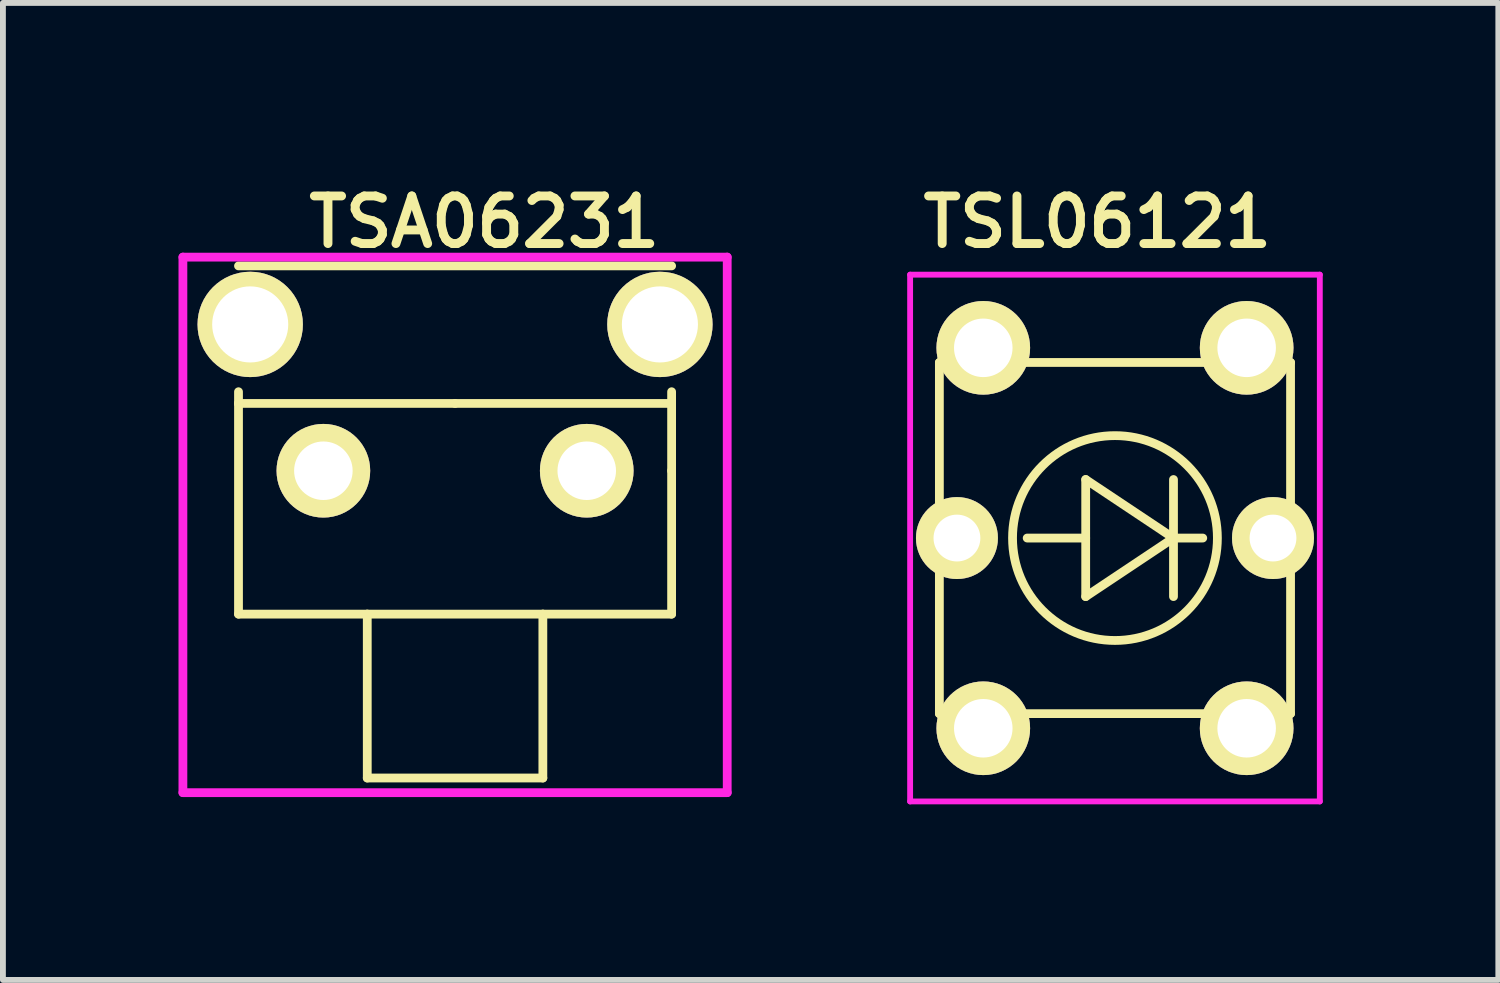
<source format=kicad_pcb>
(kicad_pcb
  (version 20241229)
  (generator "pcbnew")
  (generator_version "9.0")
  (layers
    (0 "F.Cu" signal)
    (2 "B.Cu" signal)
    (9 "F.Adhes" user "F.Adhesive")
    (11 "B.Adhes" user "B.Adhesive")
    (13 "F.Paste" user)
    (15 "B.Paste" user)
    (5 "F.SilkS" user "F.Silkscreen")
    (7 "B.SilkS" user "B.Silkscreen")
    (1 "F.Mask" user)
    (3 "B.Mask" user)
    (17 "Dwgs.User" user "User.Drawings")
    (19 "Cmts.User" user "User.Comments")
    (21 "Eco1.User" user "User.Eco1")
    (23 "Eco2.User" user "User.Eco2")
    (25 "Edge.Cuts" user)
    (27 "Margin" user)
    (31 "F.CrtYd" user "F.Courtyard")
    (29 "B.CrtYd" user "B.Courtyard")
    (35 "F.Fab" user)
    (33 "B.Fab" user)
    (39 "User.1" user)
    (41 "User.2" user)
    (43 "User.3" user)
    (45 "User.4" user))
  (footprint "TSL06121"
    (layer "F.Cu")
    (at 16 6.143)
    (property "Reference" "TSL06121" (at -0.3 -5.4 0) (layer "F.SilkS") (effects (font (size 0.813 0.813) (thickness 0.152))))
    (attr smd)
    (fp_line (start -3 -3) (end 3 -3) (stroke (width 0.15) (type solid)) (layer "F.SilkS"))
    (fp_line (start -3 3) (end -3 -3) (stroke (width 0.15) (type solid)) (layer "F.SilkS"))
    (fp_line (start -0.5 -1) (end 1 0) (stroke (width 0.15) (type solid)) (layer "F.SilkS"))
    (fp_line (start -0.5 0) (end -1.5 0) (stroke (width 0.15) (type solid)) (layer "F.SilkS"))
    (fp_line (start -0.5 1) (end -0.5 -1) (stroke (width 0.15) (type solid)) (layer "F.SilkS"))
    (fp_line (start 1 -1) (end 1 1) (stroke (width 0.15) (type solid)) (layer "F.SilkS"))
    (fp_line (start 1 0) (end -0.5 1) (stroke (width 0.15) (type solid)) (layer "F.SilkS"))
    (fp_line (start 1 0) (end 1.5 0) (stroke (width 0.15) (type solid)) (layer "F.SilkS"))
    (fp_line (start 3 -3) (end 3 3) (stroke (width 0.15) (type solid)) (layer "F.SilkS"))
    (fp_line (start 3 3) (end -3 3) (stroke (width 0.15) (type solid)) (layer "F.SilkS"))
    (fp_circle (center 0 0) (end 1.75 0) (stroke (width 0.15) (type solid)) (fill no) (layer "F.SilkS"))
    (fp_line (start -3.5 -4.5) (end -3.5 4.5) (stroke (width 0.1) (type solid)) (layer "F.CrtYd"))
    (fp_line (start -3.5 4.5) (end 3.5 4.5) (stroke (width 0.1) (type solid)) (layer "F.CrtYd"))
    (fp_line (start 3.5 -4.5) (end -3.5 -4.5) (stroke (width 0.1) (type solid)) (layer "F.CrtYd"))
    (fp_line (start 3.5 4.5) (end 3.5 -4.5) (stroke (width 0.1) (type solid)) (layer "F.CrtYd"))
    (pad "1" thru_hole circle (at 2.25 -3.25) (size 1.6 1.6) (drill 1) (layers "*.Cu" "*.Mask" "F.SilkS"))
    (pad "2" thru_hole circle (at 2.25 3.25) (size 1.6 1.6) (drill 1) (layers "*.Cu" "*.Mask" "F.SilkS"))
    (pad "3" thru_hole circle (at -2.25 -3.25) (size 1.6 1.6) (drill 1) (layers "*.Cu" "*.Mask" "F.SilkS"))
    (pad "4" thru_hole circle (at -2.25 3.25) (size 1.6 1.6) (drill 1) (layers "*.Cu" "*.Mask" "F.SilkS"))
    (pad "5" thru_hole circle (at -2.7 0) (size 1.4 1.4) (drill 0.8) (layers "*.Cu" "*.Mask" "F.SilkS"))
    (pad "6" thru_hole circle (at 2.7 0) (size 1.4 1.4) (drill 0.8) (layers "*.Cu" "*.Mask" "F.SilkS")))
  (footprint "TSA06231"
    (layer "F.Cu")
    (at 4.725 3.743)
    (property "Reference" "TSA06231" (at 0.5 -3 0) (layer "F.SilkS") (effects (font (size 0.813 0.813) (thickness 0.152))))
    (attr through_hole)
    (fp_line (start -3.7 -2.25) (end 3.7 -2.25) (stroke (width 0.15) (type solid)) (layer "F.SilkS"))
    (fp_line (start -3.7 0.1) (end -3.7 -0.1) (stroke (width 0.15) (type solid)) (layer "F.SilkS"))
    (fp_line (start -3.7 0.1) (end -3.7 3.7) (stroke (width 0.15) (type solid)) (layer "F.SilkS"))
    (fp_line (start -3.7 0.1) (end 0 0.1) (stroke (width 0.15) (type solid)) (layer "F.SilkS"))
    (fp_line (start -1.5 3.7) (end -3.7 3.7) (stroke (width 0.15) (type solid)) (layer "F.SilkS"))
    (fp_line (start -1.5 3.7) (end 1.5 3.7) (stroke (width 0.15) (type solid)) (layer "F.SilkS"))
    (fp_line (start -1.5 6.5) (end -1.5 3.7) (stroke (width 0.15) (type solid)) (layer "F.SilkS"))
    (fp_line (start -1.5 6.5) (end 1.5 6.5) (stroke (width 0.15) (type solid)) (layer "F.SilkS"))
    (fp_line (start 0 0.1) (end 3.7 0.1) (stroke (width 0.15) (type solid)) (layer "F.SilkS"))
    (fp_line (start 1.5 3.7) (end 3.7 3.7) (stroke (width 0.15) (type solid)) (layer "F.SilkS"))
    (fp_line (start 1.5 6.5) (end 1.5 3.7) (stroke (width 0.15) (type solid)) (layer "F.SilkS"))
    (fp_line (start 3.7 0.1) (end 3.7 -0.1) (stroke (width 0.15) (type solid)) (layer "F.SilkS"))
    (fp_line (start 3.7 0.1) (end 3.7 1.25) (stroke (width 0.15) (type solid)) (layer "F.SilkS"))
    (fp_line (start 3.7 3.7) (end 3.7 1.25) (stroke (width 0.15) (type solid)) (layer "F.SilkS"))
    (fp_line (start -4.65 -2.4) (end -4.65 6.75) (stroke (width 0.15) (type solid)) (layer "F.CrtYd"))
    (fp_line (start -4.65 6.75) (end 4.65 6.75) (stroke (width 0.15) (type solid)) (layer "F.CrtYd"))
    (fp_line (start 4.65 -2.4) (end -4.65 -2.4) (stroke (width 0.15) (type solid)) (layer "F.CrtYd"))
    (fp_line (start 4.65 6.75) (end 4.65 -2.4) (stroke (width 0.15) (type solid)) (layer "F.CrtYd"))
    (pad "1" thru_hole circle (at -2.25 1.25) (size 1.6 1.6) (drill 1) (layers "*.Cu" "*.Mask" "F.SilkS"))
    (pad "2" thru_hole circle (at 2.25 1.25) (size 1.6 1.6) (drill 1) (layers "*.Cu" "*.Mask" "F.SilkS"))
    (pad "3" thru_hole circle (at -3.5 -1.25) (size 1.8 1.8) (drill 1.3) (layers "*.Cu" "*.Mask" "F.SilkS"))
    (pad "4" thru_hole circle (at 3.5 -1.25) (size 1.8 1.8) (drill 1.3) (layers "*.Cu" "*.Mask" "F.SilkS")))
  (gr_rect
    (start -3 -3)
    (end 22.55 13.693)
    (stroke (width 0.1) (type default))
    (fill no)
    (layer "Edge.Cuts")))
</source>
